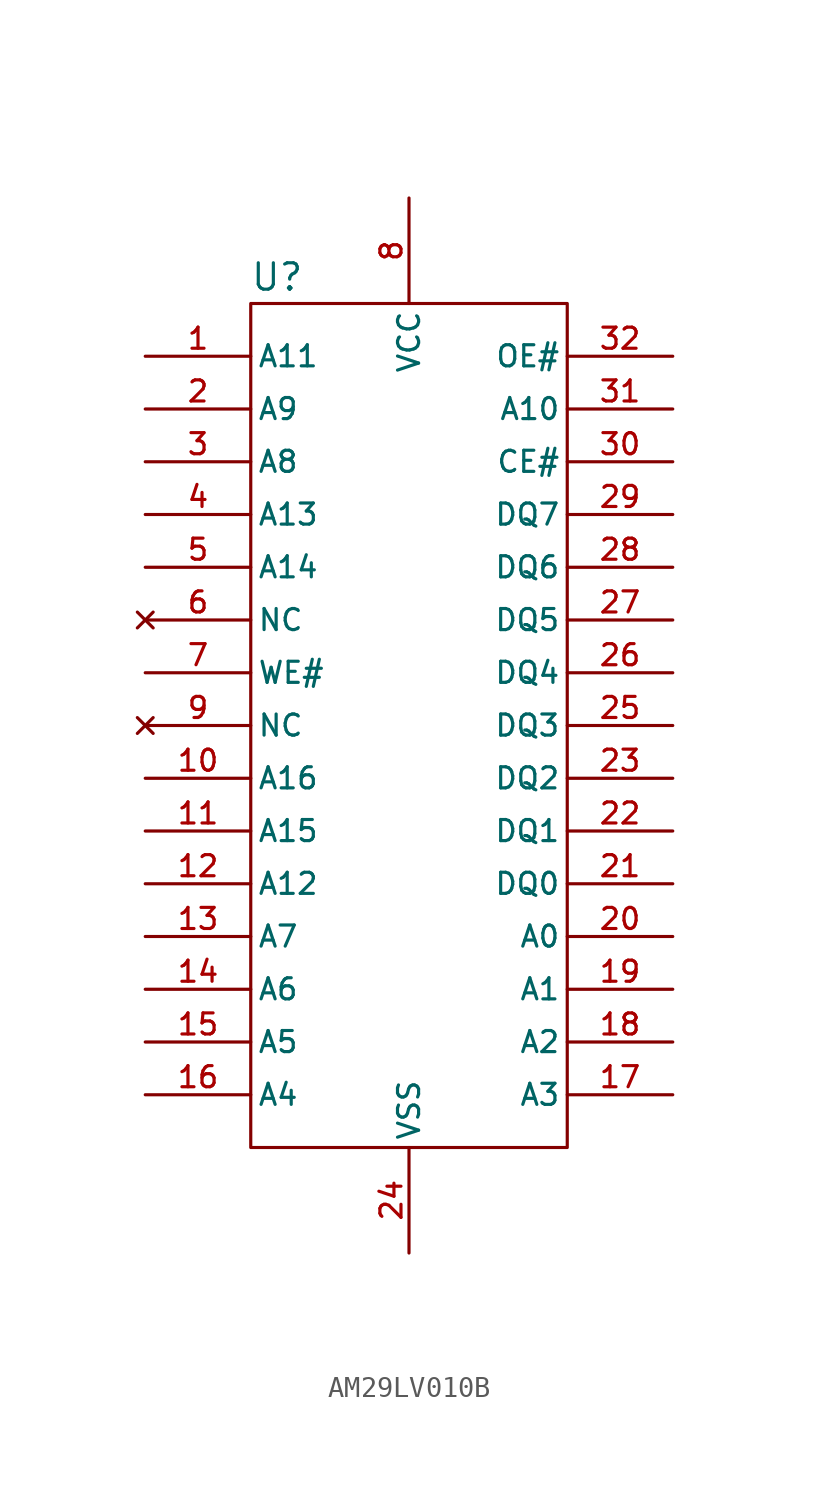
<source format=kicad_sym>
(kicad_symbol_lib
  (version 20220914)
  (generator kicad_symbol_editor)
  (symbol "AM29LV010B"
    (pin_names
      (offset 0.3))
    (property "Reference" "U"
      (at -6.35 21.59 0)
      (effects (font (size 1.27 1.27))))
    (property "Value" ""
      (at -3.81 2.54 0)
      (effects (font (size 1.27 1.27))))
    (symbol "AM29LV010B_0_1"
      (rectangle (start -7.62 20.32) (end 7.62 -20.32) (stroke (width 0) (type default)) (fill (type none))))
    (symbol "AM29LV010B_1_0"
      (pin input line (at -12.7 17.78 0) (length 5.08) (name "A11" (effects (font (size 1.016 1.016)))) (number "1" (effects (font (size 1.016 1.016)))))
      (pin input line (at -12.7 -2.54 0) (length 5.08) (name "A16" (effects (font (size 1.016 1.016)))) (number "10" (effects (font (size 1.016 1.016)))))
      (pin input line (at -12.7 -5.08 0) (length 5.08) (name "A15" (effects (font (size 1.016 1.016)))) (number "11" (effects (font (size 1.016 1.016)))))
      (pin input line (at -12.7 -7.62 0) (length 5.08) (name "A12" (effects (font (size 1.016 1.016)))) (number "12" (effects (font (size 1.016 1.016)))))
      (pin input line (at -12.7 -10.16 0) (length 5.08) (name "A7" (effects (font (size 1.016 1.016)))) (number "13" (effects (font (size 1.016 1.016)))))
      (pin input line (at -12.7 -12.7 0) (length 5.08) (name "A6" (effects (font (size 1.016 1.016)))) (number "14" (effects (font (size 1.016 1.016)))))
      (pin input line (at -12.7 -15.24 0) (length 5.08) (name "A5" (effects (font (size 1.016 1.016)))) (number "15" (effects (font (size 1.016 1.016)))))
      (pin input line (at -12.7 -17.78 0) (length 5.08) (name "A4" (effects (font (size 1.016 1.016)))) (number "16" (effects (font (size 1.016 1.016)))))
      (pin input line (at 12.7 -17.78 180) (length 5.08) (name "A3" (effects (font (size 1.016 1.016)))) (number "17" (effects (font (size 1.016 1.016)))))
      (pin input line (at 12.7 -15.24 180) (length 5.08) (name "A2" (effects (font (size 1.016 1.016)))) (number "18" (effects (font (size 1.016 1.016)))))
      (pin input line (at 12.7 -12.7 180) (length 5.08) (name "A1" (effects (font (size 1.016 1.016)))) (number "19" (effects (font (size 1.016 1.016)))))
      (pin input line (at -12.7 15.24 0) (length 5.08) (name "A9" (effects (font (size 1.016 1.016)))) (number "2" (effects (font (size 1.016 1.016)))))
      (pin input line (at 12.7 -10.16 180) (length 5.08) (name "A0" (effects (font (size 1.016 1.016)))) (number "20" (effects (font (size 1.016 1.016)))))
      (pin tri_state line (at 12.7 -7.62 180) (length 5.08) (name "DQ0" (effects (font (size 1.016 1.016)))) (number "21" (effects (font (size 1.016 1.016)))))
      (pin tri_state line (at 12.7 -5.08 180) (length 5.08) (name "DQ1" (effects (font (size 1.016 1.016)))) (number "22" (effects (font (size 1.016 1.016)))))
      (pin tri_state line (at 12.7 -2.54 180) (length 5.08) (name "DQ2" (effects (font (size 1.016 1.016)))) (number "23" (effects (font (size 1.016 1.016)))))
      (pin power_in line (at 0 -25.4 90) (length 5.08) (name "VSS" (effects (font (size 1.016 1.016)))) (number "24" (effects (font (size 1.016 1.016)))))
      (pin tri_state line (at 12.7 0 180) (length 5.08) (name "DQ3" (effects (font (size 1.016 1.016)))) (number "25" (effects (font (size 1.016 1.016)))))
      (pin tri_state line (at 12.7 2.54 180) (length 5.08) (name "DQ4" (effects (font (size 1.016 1.016)))) (number "26" (effects (font (size 1.016 1.016)))))
      (pin tri_state line (at 12.7 5.08 180) (length 5.08) (name "DQ5" (effects (font (size 1.016 1.016)))) (number "27" (effects (font (size 1.016 1.016)))))
      (pin tri_state line (at 12.7 7.62 180) (length 5.08) (name "DQ6" (effects (font (size 1.016 1.016)))) (number "28" (effects (font (size 1.016 1.016)))))
      (pin tri_state line (at 12.7 10.16 180) (length 5.08) (name "DQ7" (effects (font (size 1.016 1.016)))) (number "29" (effects (font (size 1.016 1.016)))))
      (pin input line (at -12.7 12.7 0) (length 5.08) (name "A8" (effects (font (size 1.016 1.016)))) (number "3" (effects (font (size 1.016 1.016)))))
      (pin input line (at 12.7 12.7 180) (length 5.08) (name "CE#" (effects (font (size 1.016 1.016)))) (number "30" (effects (font (size 1.016 1.016)))))
      (pin input line (at 12.7 15.24 180) (length 5.08) (name "A10" (effects (font (size 1.016 1.016)))) (number "31" (effects (font (size 1.016 1.016)))))
      (pin input line (at 12.7 17.78 180) (length 5.08) (name "OE#" (effects (font (size 1.016 1.016)))) (number "32" (effects (font (size 1.016 1.016)))))
      (pin input line (at -12.7 10.16 0) (length 5.08) (name "A13" (effects (font (size 1.016 1.016)))) (number "4" (effects (font (size 1.016 1.016)))))
      (pin input line (at -12.7 7.62 0) (length 5.08) (name "A14" (effects (font (size 1.016 1.016)))) (number "5" (effects (font (size 1.016 1.016)))))
      (pin no_connect line (at -12.7 5.08 0) (length 5.08) (name "NC" (effects (font (size 1.016 1.016)))) (number "6" (effects (font (size 1.016 1.016)))))
      (pin input line (at -12.7 2.54 0) (length 5.08) (name "WE#" (effects (font (size 1.016 1.016)))) (number "7" (effects (font (size 1.016 1.016)))))
      (pin power_in line (at 0 25.4 270) (length 5.08) (name "VCC" (effects (font (size 1.016 1.016)))) (number "8" (effects (font (size 1.016 1.016)))))
      (pin no_connect line (at -12.7 0 0) (length 5.08) (name "NC" (effects (font (size 1.016 1.016)))) (number "9" (effects (font (size 1.016 1.016))))))))
</source>
